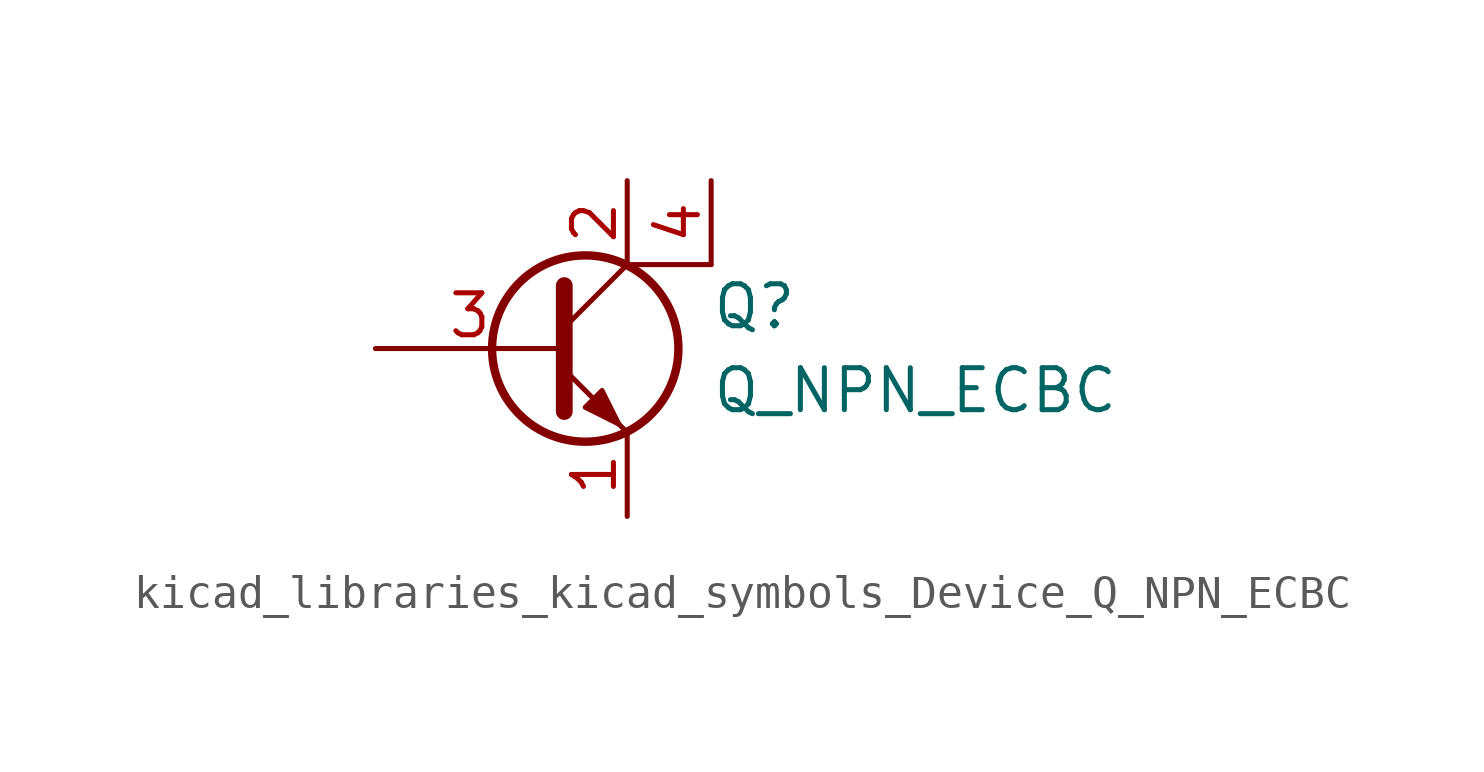
<source format=kicad_sym>
(kicad_symbol_lib
  (version 20220914)
  (generator kicad_symbol_editor)
  (symbol "kicad_libraries_kicad_symbols_Device_Q_NPN_ECBC"
    (pin_names
      (offset 0) hide)
    (property "Reference" "Q"
      (at 5.08 1.27 0)
      (effects (font (size 1.27 1.27)) (justify left)))
    (property "Value" "Q_NPN_ECBC"
      (at 5.08 -1.27 0)
      (effects (font (size 1.27 1.27)) (justify left)))
    (symbol "kicad_libraries_kicad_symbols_Device_Q_NPN_ECBC_0_1"
      (polyline (pts (xy 0.635 0.635) (xy 2.54 2.54)) (stroke (width 0) (type default)) (fill (type none)))
      (polyline (pts (xy 2.54 2.54) (xy 5.08 2.54)) (stroke (width 0) (type default)) (fill (type none)))
      (polyline (pts (xy 0.635 -0.635) (xy 2.54 -2.54) (xy 2.54 -2.54)) (stroke (width 0) (type default)) (fill (type none)))
      (polyline (pts (xy 0.635 1.905) (xy 0.635 -1.905) (xy 0.635 -1.905)) (stroke (width 0.508) (type default)) (fill (type none)))
      (polyline (pts (xy 1.27 -1.778) (xy 1.778 -1.27) (xy 2.286 -2.286) (xy 1.27 -1.778) (xy 1.27 -1.778)) (stroke (width 0) (type default)) (fill (type outline)))
      (circle (center 1.27 0) (radius 2.819) (stroke (width 0.254) (type default)) (fill (type none))))
    (symbol "kicad_libraries_kicad_symbols_Device_Q_NPN_ECBC_1_1"
      (pin passive line (at 2.54 -5.08 90) (length 2.54) (name "E" (effects (font (size 1.27 1.27)))) (number "1" (effects (font (size 1.27 1.27)))))
      (pin passive line (at 2.54 5.08 270) (length 2.54) (name "C" (effects (font (size 1.27 1.27)))) (number "2" (effects (font (size 1.27 1.27)))))
      (pin passive line (at -5.08 0 0) (length 5.715) (name "B" (effects (font (size 1.27 1.27)))) (number "3" (effects (font (size 1.27 1.27)))))
      (pin passive line (at 5.08 5.08 270) (length 2.54) (name "C" (effects (font (size 1.27 1.27)))) (number "4" (effects (font (size 1.27 1.27))))))))
</source>
